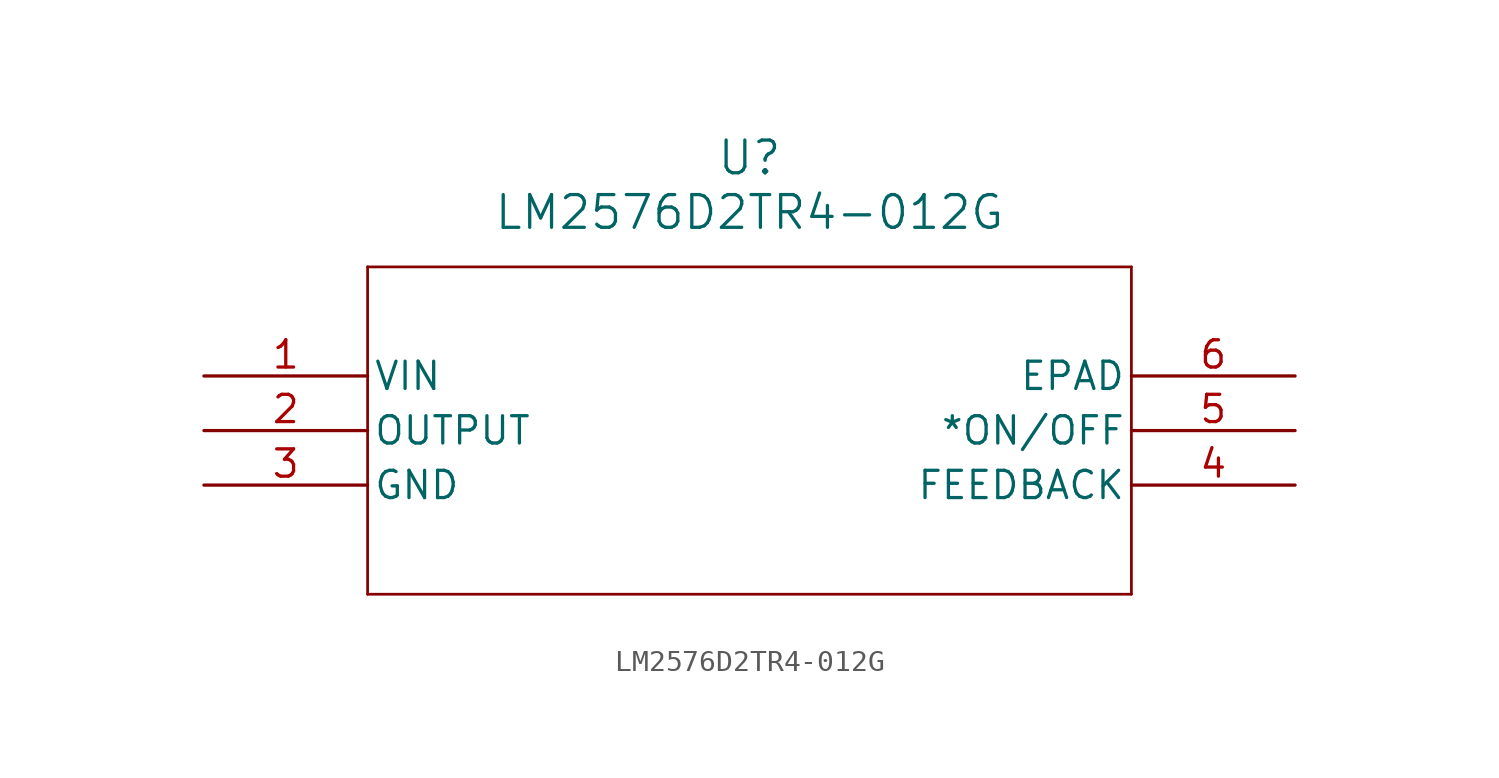
<source format=kicad_sym>
(kicad_symbol_lib
  (version 20211014)
  (generator kicad_symbol_editor)
  (symbol "LM2576D2TR4-012G"
    (pin_names
      (offset 0.254))
    (property "Reference" "U"
      (at 25.4 10.16 0)
      (effects (font (size 1.524 1.524))))
    (property "Value" "LM2576D2TR4-012G"
      (at 25.4 7.62 0)
      (effects (font (size 1.524 1.524))))
    (symbol "LM2576D2TR4-012G_0_1"
      (polyline (pts (xy 7.62 5.08) (xy 7.62 -10.16)) (stroke (width 0.127) (type default) (color 0 0 0 0)) (fill (type none)))
      (polyline (pts (xy 7.62 -10.16) (xy 43.18 -10.16)) (stroke (width 0.127) (type default) (color 0 0 0 0)) (fill (type none)))
      (polyline (pts (xy 43.18 -10.16) (xy 43.18 5.08)) (stroke (width 0.127) (type default) (color 0 0 0 0)) (fill (type none)))
      (polyline (pts (xy 43.18 5.08) (xy 7.62 5.08)) (stroke (width 0.127) (type default) (color 0 0 0 0)) (fill (type none)))
      (pin input line (at 0 0 0) (length 7.62) (name "VIN" (effects (font (size 1.27 1.27)))) (number "1" (effects (font (size 1.27 1.27)))))
      (pin output line (at 0 -2.54 0) (length 7.62) (name "OUTPUT" (effects (font (size 1.27 1.27)))) (number "2" (effects (font (size 1.27 1.27)))))
      (pin power_in line (at 0 -5.08 0) (length 7.62) (name "GND" (effects (font (size 1.27 1.27)))) (number "3" (effects (font (size 1.27 1.27)))))
      (pin output line (at 50.8 -5.08 180) (length 7.62) (name "FEEDBACK" (effects (font (size 1.27 1.27)))) (number "4" (effects (font (size 1.27 1.27)))))
      (pin input line (at 50.8 -2.54 180) (length 7.62) (name "*ON/OFF" (effects (font (size 1.27 1.27)))) (number "5" (effects (font (size 1.27 1.27)))))
      (pin unspecified line (at 50.8 0 180) (length 7.62) (name "EPAD" (effects (font (size 1.27 1.27)))) (number "6" (effects (font (size 1.27 1.27))))))))
</source>
